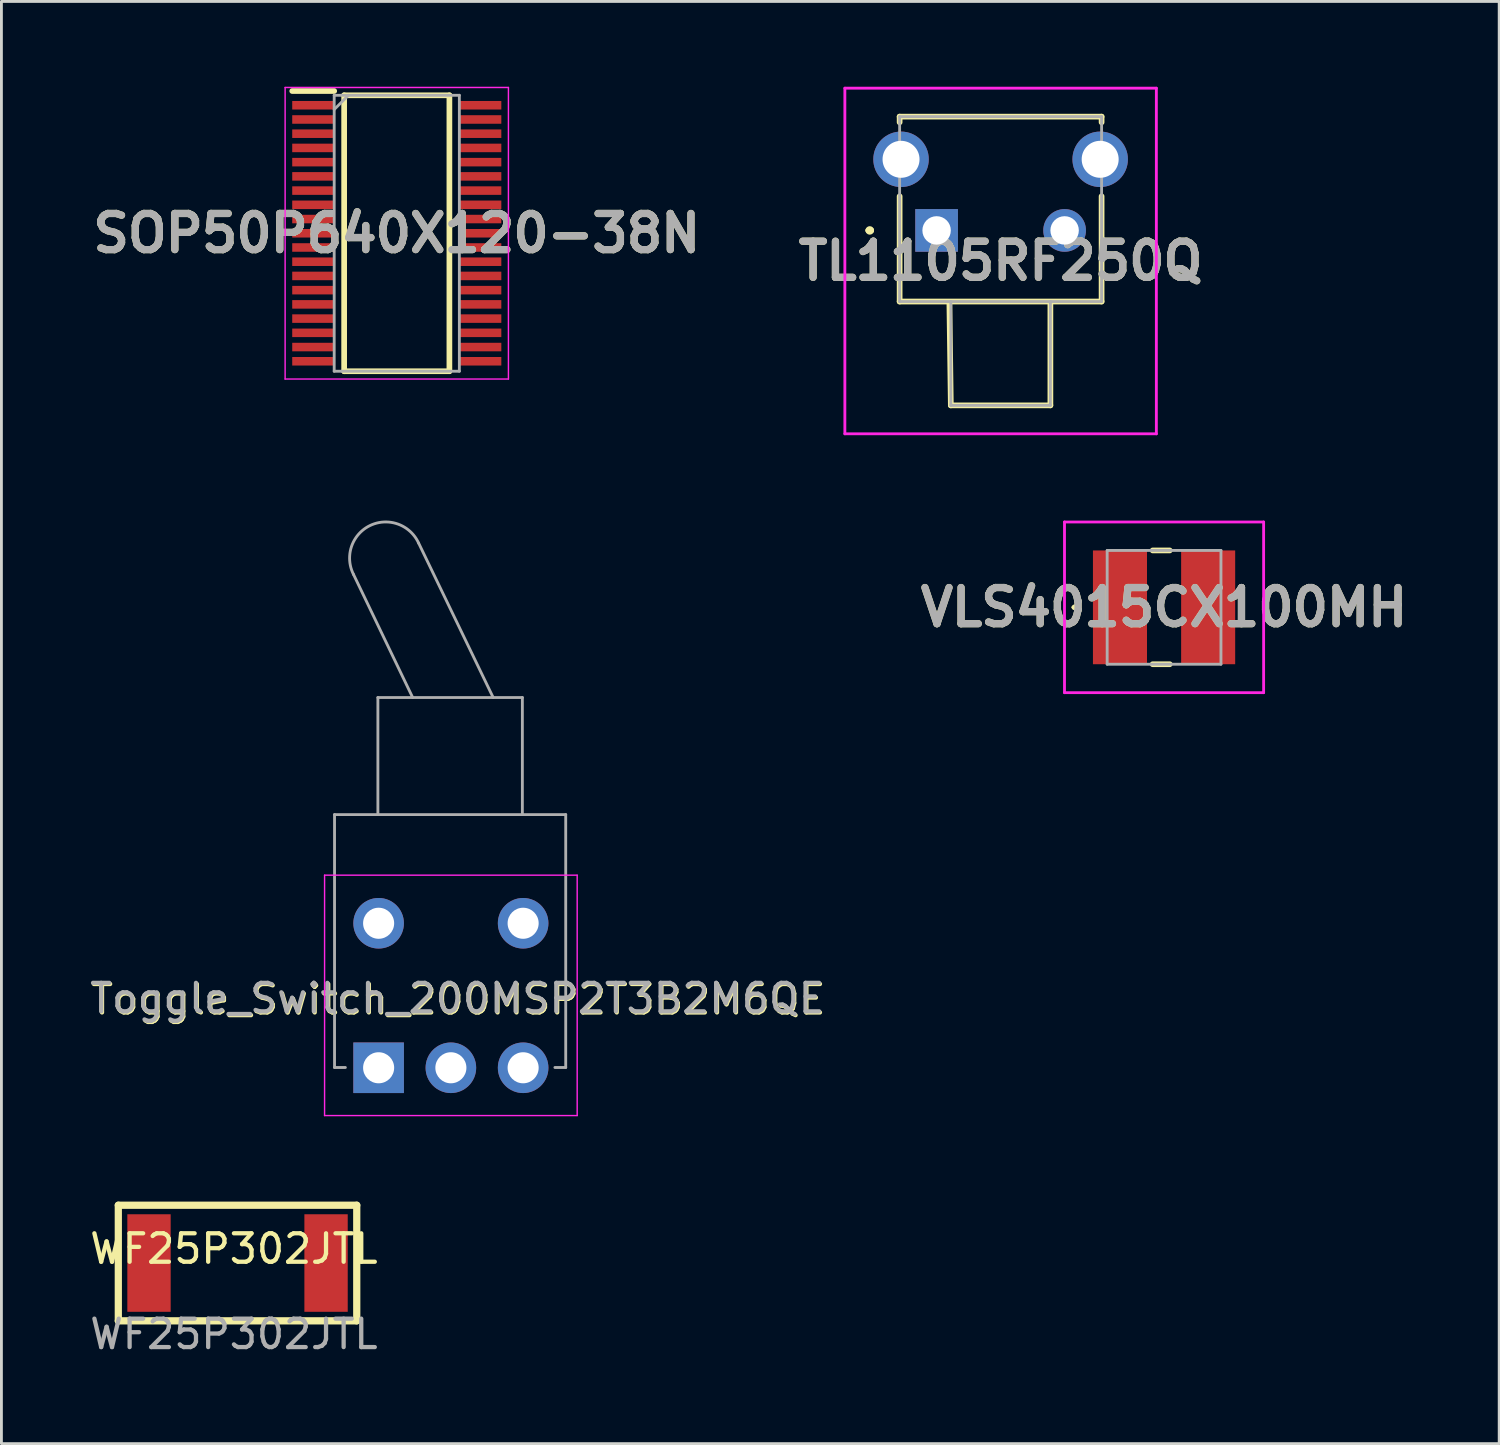
<source format=kicad_pcb>
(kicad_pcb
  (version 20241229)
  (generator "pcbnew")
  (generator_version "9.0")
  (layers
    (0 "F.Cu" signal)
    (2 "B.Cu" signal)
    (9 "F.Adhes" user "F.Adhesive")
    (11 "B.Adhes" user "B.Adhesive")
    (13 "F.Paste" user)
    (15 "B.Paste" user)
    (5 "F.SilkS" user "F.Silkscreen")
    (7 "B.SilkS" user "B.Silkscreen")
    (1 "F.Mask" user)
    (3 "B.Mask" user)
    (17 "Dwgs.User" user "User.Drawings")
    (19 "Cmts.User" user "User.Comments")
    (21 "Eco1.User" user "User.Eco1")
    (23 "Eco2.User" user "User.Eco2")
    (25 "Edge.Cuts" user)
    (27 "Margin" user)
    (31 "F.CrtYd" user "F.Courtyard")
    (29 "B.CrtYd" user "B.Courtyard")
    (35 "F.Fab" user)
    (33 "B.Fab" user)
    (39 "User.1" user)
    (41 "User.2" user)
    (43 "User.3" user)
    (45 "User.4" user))
  (footprint "SOP50P640X120-38N"
    (layer "F.Cu")
    (at 10.898 5.15)
    (property "Reference" "SOP50P640X120-38N" (at 0 0 0) (layer "F.SilkS") (effects (font (size 1.27 1.27) (thickness 0.254))))
    (attr smd)
    (fp_line (start -3.675 -5) (end -2.2 -5) (stroke (width 0.2) (type solid)) (layer "F.SilkS"))
    (fp_line (start -1.85 -4.85) (end 1.85 -4.85) (stroke (width 0.2) (type solid)) (layer "F.SilkS"))
    (fp_line (start -1.85 4.85) (end -1.85 -4.85) (stroke (width 0.2) (type solid)) (layer "F.SilkS"))
    (fp_line (start 1.85 -4.85) (end 1.85 4.85) (stroke (width 0.2) (type solid)) (layer "F.SilkS"))
    (fp_line (start 1.85 4.85) (end -1.85 4.85) (stroke (width 0.2) (type solid)) (layer "F.SilkS"))
    (fp_line (start -3.925 -5.125) (end 3.925 -5.125) (stroke (width 0.05) (type solid)) (layer "F.CrtYd"))
    (fp_line (start -3.925 5.125) (end -3.925 -5.125) (stroke (width 0.05) (type solid)) (layer "F.CrtYd"))
    (fp_line (start 3.925 -5.125) (end 3.925 5.125) (stroke (width 0.05) (type solid)) (layer "F.CrtYd"))
    (fp_line (start 3.925 5.125) (end -3.925 5.125) (stroke (width 0.05) (type solid)) (layer "F.CrtYd"))
    (fp_line (start -2.2 -4.85) (end 2.2 -4.85) (stroke (width 0.1) (type solid)) (layer "F.Fab"))
    (fp_line (start -2.2 -4.35) (end -1.7 -4.85) (stroke (width 0.1) (type solid)) (layer "F.Fab"))
    (fp_line (start -2.2 4.85) (end -2.2 -4.85) (stroke (width 0.1) (type solid)) (layer "F.Fab"))
    (fp_line (start 2.2 -4.85) (end 2.2 4.85) (stroke (width 0.1) (type solid)) (layer "F.Fab"))
    (fp_line (start 2.2 4.85) (end -2.2 4.85) (stroke (width 0.1) (type solid)) (layer "F.Fab"))
    (fp_text user "${REFERENCE}" (at 0 0 0) (layer "F.Fab") (effects (font (size 1.27 1.27) (thickness 0.254))))
    (pad "1" smd rect (at -2.938 -4.5 90) (size 0.3 1.475) (layers "F.Cu" "F.Mask" "F.Paste"))
    (pad "2" smd rect (at -2.938 -4 90) (size 0.3 1.475) (layers "F.Cu" "F.Mask" "F.Paste"))
    (pad "3" smd rect (at -2.938 -3.5 90) (size 0.3 1.475) (layers "F.Cu" "F.Mask" "F.Paste"))
    (pad "4" smd rect (at -2.938 -3 90) (size 0.3 1.475) (layers "F.Cu" "F.Mask" "F.Paste"))
    (pad "5" smd rect (at -2.938 -2.5 90) (size 0.3 1.475) (layers "F.Cu" "F.Mask" "F.Paste"))
    (pad "6" smd rect (at -2.938 -2 90) (size 0.3 1.475) (layers "F.Cu" "F.Mask" "F.Paste"))
    (pad "7" smd rect (at -2.938 -1.5 90) (size 0.3 1.475) (layers "F.Cu" "F.Mask" "F.Paste"))
    (pad "8" smd rect (at -2.938 -1 90) (size 0.3 1.475) (layers "F.Cu" "F.Mask" "F.Paste"))
    (pad "9" smd rect (at -2.938 -0.5 90) (size 0.3 1.475) (layers "F.Cu" "F.Mask" "F.Paste"))
    (pad "10" smd rect (at -2.938 0 90) (size 0.3 1.475) (layers "F.Cu" "F.Mask" "F.Paste"))
    (pad "11" smd rect (at -2.938 0.5 90) (size 0.3 1.475) (layers "F.Cu" "F.Mask" "F.Paste"))
    (pad "12" smd rect (at -2.938 1 90) (size 0.3 1.475) (layers "F.Cu" "F.Mask" "F.Paste"))
    (pad "13" smd rect (at -2.938 1.5 90) (size 0.3 1.475) (layers "F.Cu" "F.Mask" "F.Paste"))
    (pad "14" smd rect (at -2.938 2 90) (size 0.3 1.475) (layers "F.Cu" "F.Mask" "F.Paste"))
    (pad "15" smd rect (at -2.938 2.5 90) (size 0.3 1.475) (layers "F.Cu" "F.Mask" "F.Paste"))
    (pad "16" smd rect (at -2.938 3 90) (size 0.3 1.475) (layers "F.Cu" "F.Mask" "F.Paste"))
    (pad "17" smd rect (at -2.938 3.5 90) (size 0.3 1.475) (layers "F.Cu" "F.Mask" "F.Paste"))
    (pad "18" smd rect (at -2.938 4 90) (size 0.3 1.475) (layers "F.Cu" "F.Mask" "F.Paste"))
    (pad "19" smd rect (at -2.938 4.5 90) (size 0.3 1.475) (layers "F.Cu" "F.Mask" "F.Paste"))
    (pad "20" smd rect (at 2.938 4.5 90) (size 0.3 1.475) (layers "F.Cu" "F.Mask" "F.Paste"))
    (pad "21" smd rect (at 2.938 4 90) (size 0.3 1.475) (layers "F.Cu" "F.Mask" "F.Paste"))
    (pad "22" smd rect (at 2.938 3.5 90) (size 0.3 1.475) (layers "F.Cu" "F.Mask" "F.Paste"))
    (pad "23" smd rect (at 2.938 3 90) (size 0.3 1.475) (layers "F.Cu" "F.Mask" "F.Paste"))
    (pad "24" smd rect (at 2.938 2.5 90) (size 0.3 1.475) (layers "F.Cu" "F.Mask" "F.Paste"))
    (pad "25" smd rect (at 2.938 2 90) (size 0.3 1.475) (layers "F.Cu" "F.Mask" "F.Paste"))
    (pad "26" smd rect (at 2.938 1.5 90) (size 0.3 1.475) (layers "F.Cu" "F.Mask" "F.Paste"))
    (pad "27" smd rect (at 2.938 1 90) (size 0.3 1.475) (layers "F.Cu" "F.Mask" "F.Paste"))
    (pad "28" smd rect (at 2.938 0.5 90) (size 0.3 1.475) (layers "F.Cu" "F.Mask" "F.Paste"))
    (pad "29" smd rect (at 2.938 0 90) (size 0.3 1.475) (layers "F.Cu" "F.Mask" "F.Paste"))
    (pad "30" smd rect (at 2.938 -0.5 90) (size 0.3 1.475) (layers "F.Cu" "F.Mask" "F.Paste"))
    (pad "31" smd rect (at 2.938 -1 90) (size 0.3 1.475) (layers "F.Cu" "F.Mask" "F.Paste"))
    (pad "32" smd rect (at 2.938 -1.5 90) (size 0.3 1.475) (layers "F.Cu" "F.Mask" "F.Paste"))
    (pad "33" smd rect (at 2.938 -2 90) (size 0.3 1.475) (layers "F.Cu" "F.Mask" "F.Paste"))
    (pad "34" smd rect (at 2.938 -2.5 90) (size 0.3 1.475) (layers "F.Cu" "F.Mask" "F.Paste"))
    (pad "35" smd rect (at 2.938 -3 90) (size 0.3 1.475) (layers "F.Cu" "F.Mask" "F.Paste"))
    (pad "36" smd rect (at 2.938 -3.5 90) (size 0.3 1.475) (layers "F.Cu" "F.Mask" "F.Paste"))
    (pad "37" smd rect (at 2.938 -4 90) (size 0.3 1.475) (layers "F.Cu" "F.Mask" "F.Paste"))
    (pad "38" smd rect (at 2.938 -4.5 90) (size 0.3 1.475) (layers "F.Cu" "F.Mask" "F.Paste")))
  (footprint "VLS4015CX100MH"
    (layer "F.Cu")
    (at 37.871 18.3)
    (property "Reference" "VLS4015CX100MH" (at 0 0 0) (layer "F.SilkS") (effects (font (size 1.27 1.27) (thickness 0.254))))
    (attr smd)
    (fp_line (start -3.2 0) (end -3.2 0) (stroke (width 0.1) (type solid)) (layer "F.SilkS"))
    (fp_line (start -3.1 0) (end -3.1 0) (stroke (width 0.1) (type solid)) (layer "F.SilkS"))
    (fp_line (start -0.4 -2) (end 0.2 -2) (stroke (width 0.2) (type solid)) (layer "F.SilkS"))
    (fp_line (start -0.4 2) (end 0.2 2) (stroke (width 0.2) (type solid)) (layer "F.SilkS"))
    (fp_arc (start -3.2 0) (mid -3.15 -0.05) (end -3.1 0) (stroke (width 0.1) (type solid)) (layer "F.SilkS"))
    (fp_arc (start -3.1 0) (mid -3.15 0.05) (end -3.2 0) (stroke (width 0.1) (type solid)) (layer "F.SilkS"))
    (fp_line (start -3.5 -3) (end 3.5 -3) (stroke (width 0.1) (type solid)) (layer "F.CrtYd"))
    (fp_line (start -3.5 3) (end -3.5 -3) (stroke (width 0.1) (type solid)) (layer "F.CrtYd"))
    (fp_line (start 3.5 -3) (end 3.5 3) (stroke (width 0.1) (type solid)) (layer "F.CrtYd"))
    (fp_line (start 3.5 3) (end -3.5 3) (stroke (width 0.1) (type solid)) (layer "F.CrtYd"))
    (fp_line (start -2 -2) (end -2 2) (stroke (width 0.1) (type solid)) (layer "F.Fab"))
    (fp_line (start -2 2) (end 2 2) (stroke (width 0.1) (type solid)) (layer "F.Fab"))
    (fp_line (start 2 -2) (end -2 -2) (stroke (width 0.1) (type solid)) (layer "F.Fab"))
    (fp_line (start 2 2) (end 2 -2) (stroke (width 0.1) (type solid)) (layer "F.Fab"))
    (fp_text user "${REFERENCE}" (at 0 0 0) (layer "F.Fab") (effects (font (size 1.27 1.27) (thickness 0.254))))
    (pad "1" smd rect (at -1.55 0) (size 1.9 4) (layers "F.Cu" "F.Mask" "F.Paste"))
    (pad "2" smd rect (at 1.55 0) (size 1.9 4) (layers "F.Cu" "F.Mask" "F.Paste")))
  (footprint "TL1105RF250Q"
    (layer "F.Cu")
    (at 29.875 5.05)
    (property "Reference" "TL1105RF250Q" (at 2.25 1.075 0) (layer "F.SilkS") (effects (font (size 1.27 1.27) (thickness 0.254))))
    (attr through_hole)
    (fp_line (start -2.4 0) (end -2.4 0) (stroke (width 0.2) (type solid)) (layer "F.SilkS"))
    (fp_line (start -2.3 0) (end -2.3 0) (stroke (width 0.2) (type solid)) (layer "F.SilkS"))
    (fp_line (start -1.3 -4) (end 5.8 -4) (stroke (width 0.2) (type solid)) (layer "F.SilkS"))
    (fp_line (start -1.3 -3.8) (end -1.3 -4) (stroke (width 0.2) (type solid)) (layer "F.SilkS"))
    (fp_line (start -1.3 -1.2) (end -1.3 2.5) (stroke (width 0.2) (type solid)) (layer "F.SilkS"))
    (fp_line (start -1.3 2.5) (end 5.8 2.5) (stroke (width 0.2) (type solid)) (layer "F.SilkS"))
    (fp_line (start 0.45 2.6) (end 0.5 6.15) (stroke (width 0.2) (type solid)) (layer "F.SilkS"))
    (fp_line (start 0.5 6.15) (end 4 6.15) (stroke (width 0.2) (type solid)) (layer "F.SilkS"))
    (fp_line (start 4 6.15) (end 4 2.6) (stroke (width 0.2) (type solid)) (layer "F.SilkS"))
    (fp_line (start 5.8 -4) (end 5.8 -3.8) (stroke (width 0.2) (type solid)) (layer "F.SilkS"))
    (fp_line (start 5.8 2.5) (end 5.8 -1.2) (stroke (width 0.2) (type solid)) (layer "F.SilkS"))
    (fp_arc (start -2.4 0) (mid -2.35 -0.05) (end -2.3 0) (stroke (width 0.2) (type solid)) (layer "F.SilkS"))
    (fp_arc (start -2.3 0) (mid -2.35 0.05) (end -2.4 0) (stroke (width 0.2) (type solid)) (layer "F.SilkS"))
    (fp_line (start -3.225 -5) (end 7.725 -5) (stroke (width 0.1) (type solid)) (layer "F.CrtYd"))
    (fp_line (start -3.225 7.15) (end -3.225 -5) (stroke (width 0.1) (type solid)) (layer "F.CrtYd"))
    (fp_line (start 7.725 -5) (end 7.725 7.15) (stroke (width 0.1) (type solid)) (layer "F.CrtYd"))
    (fp_line (start 7.725 7.15) (end -3.225 7.15) (stroke (width 0.1) (type solid)) (layer "F.CrtYd"))
    (fp_line (start -1.3 -4) (end 5.8 -4) (stroke (width 0.1) (type solid)) (layer "F.Fab"))
    (fp_line (start -1.3 2.5) (end -1.3 -4) (stroke (width 0.1) (type solid)) (layer "F.Fab"))
    (fp_line (start 0.5 2.5) (end 0.5 6.15) (stroke (width 0.1) (type solid)) (layer "F.Fab"))
    (fp_line (start 0.5 6.15) (end 4 6.15) (stroke (width 0.1) (type solid)) (layer "F.Fab"))
    (fp_line (start 4 6.15) (end 4 2.5) (stroke (width 0.1) (type solid)) (layer "F.Fab"))
    (fp_line (start 5.8 -4) (end 5.8 2.5) (stroke (width 0.1) (type solid)) (layer "F.Fab"))
    (fp_line (start 5.8 2.5) (end -1.3 2.5) (stroke (width 0.1) (type solid)) (layer "F.Fab"))
    (fp_text user "${REFERENCE}" (at 2.25 1.075 0) (layer "F.Fab") (effects (font (size 1.27 1.27) (thickness 0.254))))
    (pad "1" thru_hole rect (at 0 0) (size 1.5 1.5) (drill 1) (layers "*.Cu" "*.Mask"))
    (pad "2" thru_hole circle (at 4.5 0) (size 1.5 1.5) (drill 1) (layers "*.Cu" "*.Mask"))
    (pad "MH1" thru_hole circle (at -1.25 -2.5) (size 1.95 1.95) (drill 1.3) (layers "*.Cu" "*.Mask"))
    (pad "MH2" thru_hole circle (at 5.75 -2.5) (size 1.95 1.95) (drill 1.3) (layers "*.Cu" "*.Mask")))
  (footprint "WF25P302JTL"
    (layer "F.Cu")
    (at 5.173 41.35)
    (property "Reference" "WF25P302JTL" (at 0 -0.5 0) (unlocked yes) (layer "F.SilkS") (effects (font (size 1 1) (thickness 0.15))))
    (attr smd)
    (fp_line (start -4.064 -2.032) (end -4.064 2.032) (stroke (width 0.254) (type solid)) (layer "F.SilkS"))
    (fp_line (start -4.064 -2.032) (end 4.318 -2.032) (stroke (width 0.254) (type solid)) (layer "F.SilkS"))
    (fp_line (start -4.064 2.032) (end 4.318 2.032) (stroke (width 0.254) (type solid)) (layer "F.SilkS"))
    (fp_line (start 4.318 -2.032) (end 4.318 2.032) (stroke (width 0.254) (type solid)) (layer "F.SilkS"))
    (fp_line (start -1.143 0) (end 1.397 0) (stroke (width 0.254) (type solid)) (layer "Eco1.User"))
    (fp_line (start 0.127 -1.27) (end 0.127 1.27) (stroke (width 0.254) (type solid)) (layer "Eco1.User"))
    (fp_text user "${REFERENCE}" (at 0 2.5 0) (unlocked yes) (layer "F.Fab") (effects (font (size 1 1) (thickness 0.15))))
    (pad "1" smd rect (at -2.985 0 90) (size 3.429 1.524) (layers "F.Cu" "F.Paste"))
    (pad "2" smd rect (at 3.239 0 90) (size 3.429 1.524) (layers "F.Cu" "F.Paste")))
  (footprint "Toggle_Switch_200MSP2T3B2M6QE"
    (layer "F.Cu")
    (at 10.26 34.486)
    (property "Reference" "Toggle_Switch_200MSP2T3B2M6QE" (at 2.8 -2.4 180) (layer "F.SilkS") (effects (font (size 1 1) (thickness 0.15))))
    (attr through_hole)
    (fp_line (start -1.9 -6.77) (end 6.98 -6.77) (stroke (width 0.05) (type solid)) (layer "F.CrtYd"))
    (fp_line (start -1.9 1.68) (end -1.9 -6.77) (stroke (width 0.05) (type solid)) (layer "F.CrtYd"))
    (fp_line (start 6.98 1.68) (end -1.9 1.68) (stroke (width 0.05) (type solid)) (layer "F.CrtYd"))
    (fp_line (start 6.98 1.68) (end 6.98 -6.77) (stroke (width 0.05) (type solid)) (layer "F.CrtYd"))
    (fp_line (start -1.55 -8.9) (end -1.55 -0.01) (stroke (width 0.1) (type solid)) (layer "F.Fab"))
    (fp_line (start -1.55 -8.9) (end 6.577 -8.9) (stroke (width 0.1) (type solid)) (layer "F.Fab"))
    (fp_line (start -1.55 -0.01) (end -1.169 -0.01) (stroke (width 0.1) (type solid)) (layer "F.Fab"))
    (fp_line (start -0.882 -17.341) (end 1.197 -13.015) (stroke (width 0.1) (type solid)) (layer "F.Fab"))
    (fp_line (start -0.026 -13.015) (end -0.026 -8.9) (stroke (width 0.1) (type solid)) (layer "F.Fab"))
    (fp_line (start -0.026 -13.015) (end 5.053 -13.015) (stroke (width 0.1) (type solid)) (layer "F.Fab"))
    (fp_line (start 1.406 -18.445) (end 4.027 -13.015) (stroke (width 0.1) (type solid)) (layer "F.Fab"))
    (fp_line (start 5.053 -13.015) (end 5.053 -8.9) (stroke (width 0.1) (type solid)) (layer "F.Fab"))
    (fp_line (start 6.197 -0.01) (end 6.577 -0.01) (stroke (width 0.1) (type solid)) (layer "F.Fab"))
    (fp_line (start 6.577 -8.9) (end 6.577 -0.01) (stroke (width 0.1) (type solid)) (layer "F.Fab"))
    (fp_arc (start -0.882128 -17.341233) (mid -0.301161 -19.060096) (end 1.405696 -18.444749) (stroke (width 0.1) (type solid)) (layer "F.Fab"))
    (fp_text user "${REFERENCE}" (at 2.77 -2.44 0) (layer "F.Fab") (effects (font (size 1 1) (thickness 0.15))))
    (pad "1" thru_hole rect (at 0 0) (size 1.778 1.778) (drill 1.092) (layers "*.Cu" "*.Mask"))
    (pad "2" thru_hole circle (at 2.54 0) (size 1.778 1.778) (drill 1.092) (layers "*.Cu" "*.Mask"))
    (pad "3" thru_hole circle (at 5.08 0) (size 1.778 1.778) (drill 1.092) (layers "*.Cu" "*.Mask"))
    (pad "4" thru_hole circle (at 0 -5.08) (size 1.778 1.778) (drill 1.092) (layers "*.Cu" "*.Mask"))
    (pad "4" thru_hole circle (at 5.08 -5.08) (size 1.778 1.778) (drill 1.092) (layers "*.Cu" "*.Mask")))
  (gr_rect
    (start -3 -3)
    (end 49.652 47.698)
    (stroke (width 0.1) (type default))
    (fill no)
    (layer "Edge.Cuts")))
</source>
